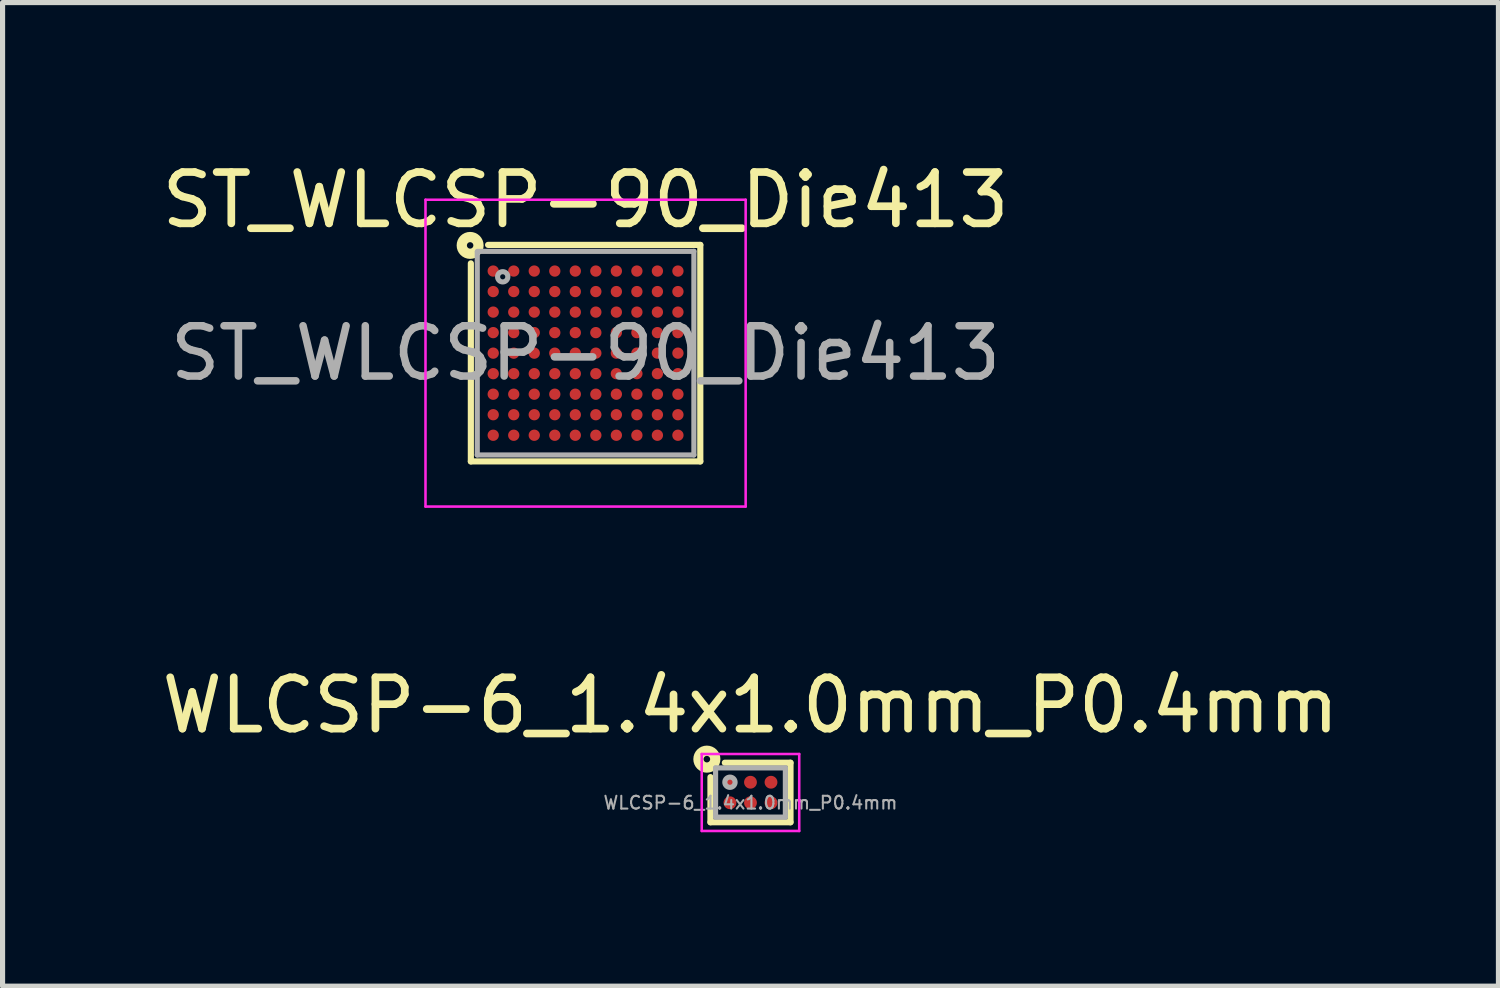
<source format=kicad_pcb>
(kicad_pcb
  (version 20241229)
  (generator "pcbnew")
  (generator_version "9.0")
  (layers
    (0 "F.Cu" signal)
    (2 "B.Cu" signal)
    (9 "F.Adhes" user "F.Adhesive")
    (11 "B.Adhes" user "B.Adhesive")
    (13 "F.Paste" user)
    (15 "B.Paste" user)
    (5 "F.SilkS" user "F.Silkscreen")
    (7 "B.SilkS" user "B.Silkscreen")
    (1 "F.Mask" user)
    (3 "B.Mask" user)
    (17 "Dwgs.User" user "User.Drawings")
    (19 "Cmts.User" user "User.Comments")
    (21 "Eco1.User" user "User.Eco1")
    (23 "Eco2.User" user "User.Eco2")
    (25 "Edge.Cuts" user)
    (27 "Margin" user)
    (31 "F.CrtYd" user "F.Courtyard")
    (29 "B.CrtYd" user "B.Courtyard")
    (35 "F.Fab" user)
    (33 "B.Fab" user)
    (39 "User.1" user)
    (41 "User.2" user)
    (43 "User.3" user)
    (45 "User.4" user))
  (footprint "WLCSP-6_1.4x1.0mm_P0.4mm"
    (layer "F.Cu")
    (at 11.577 12.396)
    (property "Reference" "WLCSP-6_1.4x1.0mm_P0.4mm" (at 0 -1.7 0) (layer "F.SilkS") (effects (font (size 1 1) (thickness 0.15))))
    (attr smd)
    (fp_line (start -0.78 0.58) (end -0.78 -0.3) (stroke (width 0.12) (type solid)) (layer "F.SilkS"))
    (fp_line (start -0.5 -0.58) (end 0.78 -0.58) (stroke (width 0.12) (type solid)) (layer "F.SilkS"))
    (fp_line (start 0.78 -0.58) (end 0.78 0.58) (stroke (width 0.12) (type solid)) (layer "F.SilkS"))
    (fp_line (start 0.78 0.58) (end -0.78 0.58) (stroke (width 0.12) (type solid)) (layer "F.SilkS"))
    (fp_circle (center -0.85 -0.65) (end -0.786 -0.65) (stroke (width 0.2) (type solid)) (fill no) (layer "F.SilkS"))
    (fp_line (start -0.95 -0.75) (end 0.95 -0.75) (stroke (width 0.05) (type solid)) (layer "F.CrtYd"))
    (fp_line (start -0.95 0.75) (end -0.95 -0.75) (stroke (width 0.05) (type solid)) (layer "F.CrtYd"))
    (fp_line (start 0.95 -0.75) (end 0.95 0.75) (stroke (width 0.05) (type solid)) (layer "F.CrtYd"))
    (fp_line (start 0.95 0.75) (end -0.95 0.75) (stroke (width 0.05) (type solid)) (layer "F.CrtYd"))
    (fp_line (start -0.68 -0.48) (end 0.68 -0.48) (stroke (width 0.1) (type solid)) (layer "F.Fab"))
    (fp_line (start -0.68 0.48) (end -0.68 -0.48) (stroke (width 0.1) (type solid)) (layer "F.Fab"))
    (fp_line (start 0.68 -0.48) (end 0.68 0.48) (stroke (width 0.1) (type solid)) (layer "F.Fab"))
    (fp_line (start 0.68 0.48) (end -0.68 0.48) (stroke (width 0.1) (type solid)) (layer "F.Fab"))
    (fp_circle (center -0.4 -0.2) (end -0.3 -0.2) (stroke (width 0.1) (type solid)) (fill no) (layer "F.Fab"))
    (fp_text user "${REFERENCE}" (at 0 0.2 0) (layer "F.Fab") (effects (font (size 0.25 0.25) (thickness 0.04))))
    (pad "A1" smd circle (at -0.4 -0.2 90) (size 0.25 0.25) (layers "F.Cu" "F.Mask" "F.Paste"))
    (pad "A2" smd circle (at -0.4 0.2 90) (size 0.25 0.25) (layers "F.Cu" "F.Mask" "F.Paste"))
    (pad "B1" smd circle (at 0 -0.2 90) (size 0.25 0.25) (layers "F.Cu" "F.Mask" "F.Paste"))
    (pad "B2" smd circle (at 0 0.2 90) (size 0.25 0.25) (layers "F.Cu" "F.Mask" "F.Paste"))
    (pad "C1" smd circle (at 0.4 -0.2 90) (size 0.25 0.25) (layers "F.Cu" "F.Mask" "F.Paste"))
    (pad "C2" smd circle (at 0.4 0.2 90) (size 0.25 0.25) (layers "F.Cu" "F.Mask" "F.Paste")))
  (footprint "ST_WLCSP-90_Die413"
    (layer "F.Cu")
    (at 8.363 3.833)
    (property "Reference" "ST_WLCSP-90_Die413" (at 0 -2.985 0) (layer "F.SilkS") (effects (font (size 1 1) (thickness 0.15))))
    (attr smd)
    (fp_line (start -2.236 2.11) (end -2.236 -1.75) (stroke (width 0.12) (type solid)) (layer "F.SilkS"))
    (fp_line (start -1.9 -2.11) (end 2.236 -2.11) (stroke (width 0.12) (type solid)) (layer "F.SilkS"))
    (fp_line (start 2.236 -2.11) (end 2.236 2.11) (stroke (width 0.12) (type solid)) (layer "F.SilkS"))
    (fp_line (start 2.236 2.11) (end -2.236 2.11) (stroke (width 0.12) (type solid)) (layer "F.SilkS"))
    (fp_circle (center -2.25 -2.1) (end -2.187 -2.1) (stroke (width 0.2) (type solid)) (fill no) (layer "F.SilkS"))
    (fp_line (start -3.12 -2.99) (end -3.12 2.99) (stroke (width 0.05) (type solid)) (layer "F.CrtYd"))
    (fp_line (start -3.12 2.99) (end 3.12 2.99) (stroke (width 0.05) (type solid)) (layer "F.CrtYd"))
    (fp_line (start 3.12 -2.99) (end -3.12 -2.99) (stroke (width 0.05) (type solid)) (layer "F.CrtYd"))
    (fp_line (start 3.12 2.99) (end 3.12 -2.99) (stroke (width 0.05) (type solid)) (layer "F.CrtYd"))
    (fp_line (start -2.111 1.984) (end -2.111 -1.97) (stroke (width 0.1) (type solid)) (layer "F.Fab"))
    (fp_line (start -2.11 -1.984) (end 2.111 -1.984) (stroke (width 0.1) (type solid)) (layer "F.Fab"))
    (fp_line (start 2.111 -1.984) (end 2.111 1.984) (stroke (width 0.1) (type solid)) (layer "F.Fab"))
    (fp_line (start 2.111 1.984) (end -2.111 1.984) (stroke (width 0.1) (type solid)) (layer "F.Fab"))
    (fp_circle (center -1.615 -1.488) (end -1.515 -1.488) (stroke (width 0.1) (type solid)) (fill no) (layer "F.Fab"))
    (fp_text user "${REFERENCE}" (at 0 0 0) (layer "F.Fab") (effects (font (size 0.98 0.98) (thickness 0.147))))
    (pad "A1" smd circle (at -1.8 -1.6) (size 0.22 0.22) (layers "F.Cu" "F.Mask" "F.Paste"))
    (pad "A2" smd circle (at -1.4 -1.6) (size 0.22 0.22) (layers "F.Cu" "F.Mask" "F.Paste"))
    (pad "A3" smd circle (at -1 -1.6) (size 0.22 0.22) (layers "F.Cu" "F.Mask" "F.Paste"))
    (pad "A4" smd circle (at -0.6 -1.6) (size 0.22 0.22) (layers "F.Cu" "F.Mask" "F.Paste"))
    (pad "A5" smd circle (at -0.2 -1.6) (size 0.22 0.22) (layers "F.Cu" "F.Mask" "F.Paste"))
    (pad "A6" smd circle (at 0.2 -1.6) (size 0.22 0.22) (layers "F.Cu" "F.Mask" "F.Paste"))
    (pad "A7" smd circle (at 0.6 -1.6) (size 0.22 0.22) (layers "F.Cu" "F.Mask" "F.Paste"))
    (pad "A8" smd circle (at 1 -1.6) (size 0.22 0.22) (layers "F.Cu" "F.Mask" "F.Paste"))
    (pad "A9" smd circle (at 1.4 -1.6) (size 0.22 0.22) (layers "F.Cu" "F.Mask" "F.Paste"))
    (pad "A10" smd circle (at 1.8 -1.6) (size 0.22 0.22) (layers "F.Cu" "F.Mask" "F.Paste"))
    (pad "B1" smd circle (at -1.8 -1.2) (size 0.22 0.22) (layers "F.Cu" "F.Mask" "F.Paste"))
    (pad "B2" smd circle (at -1.4 -1.2) (size 0.22 0.22) (layers "F.Cu" "F.Mask" "F.Paste"))
    (pad "B3" smd circle (at -1 -1.2) (size 0.22 0.22) (layers "F.Cu" "F.Mask" "F.Paste"))
    (pad "B4" smd circle (at -0.6 -1.2) (size 0.22 0.22) (layers "F.Cu" "F.Mask" "F.Paste"))
    (pad "B5" smd circle (at -0.2 -1.2) (size 0.22 0.22) (layers "F.Cu" "F.Mask" "F.Paste"))
    (pad "B6" smd circle (at 0.2 -1.2) (size 0.22 0.22) (layers "F.Cu" "F.Mask" "F.Paste"))
    (pad "B7" smd circle (at 0.6 -1.2) (size 0.22 0.22) (layers "F.Cu" "F.Mask" "F.Paste"))
    (pad "B8" smd circle (at 1 -1.2) (size 0.22 0.22) (layers "F.Cu" "F.Mask" "F.Paste"))
    (pad "B9" smd circle (at 1.4 -1.2) (size 0.22 0.22) (layers "F.Cu" "F.Mask" "F.Paste"))
    (pad "B10" smd circle (at 1.8 -1.2) (size 0.22 0.22) (layers "F.Cu" "F.Mask" "F.Paste"))
    (pad "C1" smd circle (at -1.8 -0.8) (size 0.22 0.22) (layers "F.Cu" "F.Mask" "F.Paste"))
    (pad "C2" smd circle (at -1.4 -0.8) (size 0.22 0.22) (layers "F.Cu" "F.Mask" "F.Paste"))
    (pad "C3" smd circle (at -1 -0.8) (size 0.22 0.22) (layers "F.Cu" "F.Mask" "F.Paste"))
    (pad "C4" smd circle (at -0.6 -0.8) (size 0.22 0.22) (layers "F.Cu" "F.Mask" "F.Paste"))
    (pad "C5" smd circle (at -0.2 -0.8) (size 0.22 0.22) (layers "F.Cu" "F.Mask" "F.Paste"))
    (pad "C6" smd circle (at 0.2 -0.8) (size 0.22 0.22) (layers "F.Cu" "F.Mask" "F.Paste"))
    (pad "C7" smd circle (at 0.6 -0.8) (size 0.22 0.22) (layers "F.Cu" "F.Mask" "F.Paste"))
    (pad "C8" smd circle (at 1 -0.8) (size 0.22 0.22) (layers "F.Cu" "F.Mask" "F.Paste"))
    (pad "C9" smd circle (at 1.4 -0.8) (size 0.22 0.22) (layers "F.Cu" "F.Mask" "F.Paste"))
    (pad "C10" smd circle (at 1.8 -0.8) (size 0.22 0.22) (layers "F.Cu" "F.Mask" "F.Paste"))
    (pad "D1" smd circle (at -1.8 -0.4) (size 0.22 0.22) (layers "F.Cu" "F.Mask" "F.Paste"))
    (pad "D2" smd circle (at -1.4 -0.4) (size 0.22 0.22) (layers "F.Cu" "F.Mask" "F.Paste"))
    (pad "D3" smd circle (at -1 -0.4) (size 0.22 0.22) (layers "F.Cu" "F.Mask" "F.Paste"))
    (pad "D4" smd circle (at -0.6 -0.4) (size 0.22 0.22) (layers "F.Cu" "F.Mask" "F.Paste"))
    (pad "D5" smd circle (at -0.2 -0.4) (size 0.22 0.22) (layers "F.Cu" "F.Mask" "F.Paste"))
    (pad "D6" smd circle (at 0.2 -0.4) (size 0.22 0.22) (layers "F.Cu" "F.Mask" "F.Paste"))
    (pad "D7" smd circle (at 0.6 -0.4) (size 0.22 0.22) (layers "F.Cu" "F.Mask" "F.Paste"))
    (pad "D8" smd circle (at 1 -0.4) (size 0.22 0.22) (layers "F.Cu" "F.Mask" "F.Paste"))
    (pad "D9" smd circle (at 1.4 -0.4) (size 0.22 0.22) (layers "F.Cu" "F.Mask" "F.Paste"))
    (pad "D10" smd circle (at 1.8 -0.4) (size 0.22 0.22) (layers "F.Cu" "F.Mask" "F.Paste"))
    (pad "E1" smd circle (at -1.8 0) (size 0.22 0.22) (layers "F.Cu" "F.Mask" "F.Paste"))
    (pad "E2" smd circle (at -1.4 0) (size 0.22 0.22) (layers "F.Cu" "F.Mask" "F.Paste"))
    (pad "E3" smd circle (at -1 0) (size 0.22 0.22) (layers "F.Cu" "F.Mask" "F.Paste"))
    (pad "E4" smd circle (at -0.6 0) (size 0.22 0.22) (layers "F.Cu" "F.Mask" "F.Paste"))
    (pad "E5" smd circle (at -0.2 0) (size 0.22 0.22) (layers "F.Cu" "F.Mask" "F.Paste"))
    (pad "E6" smd circle (at 0.2 0) (size 0.22 0.22) (layers "F.Cu" "F.Mask" "F.Paste"))
    (pad "E7" smd circle (at 0.6 0) (size 0.22 0.22) (layers "F.Cu" "F.Mask" "F.Paste"))
    (pad "E8" smd circle (at 1 0) (size 0.22 0.22) (layers "F.Cu" "F.Mask" "F.Paste"))
    (pad "E9" smd circle (at 1.4 0) (size 0.22 0.22) (layers "F.Cu" "F.Mask" "F.Paste"))
    (pad "E10" smd circle (at 1.8 0) (size 0.22 0.22) (layers "F.Cu" "F.Mask" "F.Paste"))
    (pad "F1" smd circle (at -1.8 0.4) (size 0.22 0.22) (layers "F.Cu" "F.Mask" "F.Paste"))
    (pad "F2" smd circle (at -1.4 0.4) (size 0.22 0.22) (layers "F.Cu" "F.Mask" "F.Paste"))
    (pad "F3" smd circle (at -1 0.4) (size 0.22 0.22) (layers "F.Cu" "F.Mask" "F.Paste"))
    (pad "F4" smd circle (at -0.6 0.4) (size 0.22 0.22) (layers "F.Cu" "F.Mask" "F.Paste"))
    (pad "F5" smd circle (at -0.2 0.4) (size 0.22 0.22) (layers "F.Cu" "F.Mask" "F.Paste"))
    (pad "F6" smd circle (at 0.2 0.4) (size 0.22 0.22) (layers "F.Cu" "F.Mask" "F.Paste"))
    (pad "F7" smd circle (at 0.6 0.4) (size 0.22 0.22) (layers "F.Cu" "F.Mask" "F.Paste"))
    (pad "F8" smd circle (at 1 0.4) (size 0.22 0.22) (layers "F.Cu" "F.Mask" "F.Paste"))
    (pad "F9" smd circle (at 1.4 0.4) (size 0.22 0.22) (layers "F.Cu" "F.Mask" "F.Paste"))
    (pad "F10" smd circle (at 1.8 0.4) (size 0.22 0.22) (layers "F.Cu" "F.Mask" "F.Paste"))
    (pad "G1" smd circle (at -1.8 0.8) (size 0.22 0.22) (layers "F.Cu" "F.Mask" "F.Paste"))
    (pad "G2" smd circle (at -1.4 0.8) (size 0.22 0.22) (layers "F.Cu" "F.Mask" "F.Paste"))
    (pad "G3" smd circle (at -1 0.8) (size 0.22 0.22) (layers "F.Cu" "F.Mask" "F.Paste"))
    (pad "G4" smd circle (at -0.6 0.8) (size 0.22 0.22) (layers "F.Cu" "F.Mask" "F.Paste"))
    (pad "G5" smd circle (at -0.2 0.8) (size 0.22 0.22) (layers "F.Cu" "F.Mask" "F.Paste"))
    (pad "G6" smd circle (at 0.2 0.8) (size 0.22 0.22) (layers "F.Cu" "F.Mask" "F.Paste"))
    (pad "G7" smd circle (at 0.6 0.8) (size 0.22 0.22) (layers "F.Cu" "F.Mask" "F.Paste"))
    (pad "G8" smd circle (at 1 0.8) (size 0.22 0.22) (layers "F.Cu" "F.Mask" "F.Paste"))
    (pad "G9" smd circle (at 1.4 0.8) (size 0.22 0.22) (layers "F.Cu" "F.Mask" "F.Paste"))
    (pad "G10" smd circle (at 1.8 0.8) (size 0.22 0.22) (layers "F.Cu" "F.Mask" "F.Paste"))
    (pad "H1" smd circle (at -1.8 1.2) (size 0.22 0.22) (layers "F.Cu" "F.Mask" "F.Paste"))
    (pad "H2" smd circle (at -1.4 1.2) (size 0.22 0.22) (layers "F.Cu" "F.Mask" "F.Paste"))
    (pad "H3" smd circle (at -1 1.2) (size 0.22 0.22) (layers "F.Cu" "F.Mask" "F.Paste"))
    (pad "H4" smd circle (at -0.6 1.2) (size 0.22 0.22) (layers "F.Cu" "F.Mask" "F.Paste"))
    (pad "H5" smd circle (at -0.2 1.2) (size 0.22 0.22) (layers "F.Cu" "F.Mask" "F.Paste"))
    (pad "H6" smd circle (at 0.2 1.2) (size 0.22 0.22) (layers "F.Cu" "F.Mask" "F.Paste"))
    (pad "H7" smd circle (at 0.6 1.2) (size 0.22 0.22) (layers "F.Cu" "F.Mask" "F.Paste"))
    (pad "H8" smd circle (at 1 1.2) (size 0.22 0.22) (layers "F.Cu" "F.Mask" "F.Paste"))
    (pad "H9" smd circle (at 1.4 1.2) (size 0.22 0.22) (layers "F.Cu" "F.Mask" "F.Paste"))
    (pad "H10" smd circle (at 1.8 1.2) (size 0.22 0.22) (layers "F.Cu" "F.Mask" "F.Paste"))
    (pad "J1" smd circle (at -1.8 1.6) (size 0.22 0.22) (layers "F.Cu" "F.Mask" "F.Paste"))
    (pad "J2" smd circle (at -1.4 1.6) (size 0.22 0.22) (layers "F.Cu" "F.Mask" "F.Paste"))
    (pad "J3" smd circle (at -1 1.6) (size 0.22 0.22) (layers "F.Cu" "F.Mask" "F.Paste"))
    (pad "J4" smd circle (at -0.6 1.6) (size 0.22 0.22) (layers "F.Cu" "F.Mask" "F.Paste"))
    (pad "J5" smd circle (at -0.2 1.6) (size 0.22 0.22) (layers "F.Cu" "F.Mask" "F.Paste"))
    (pad "J6" smd circle (at 0.2 1.6) (size 0.22 0.22) (layers "F.Cu" "F.Mask" "F.Paste"))
    (pad "J7" smd circle (at 0.6 1.6) (size 0.22 0.22) (layers "F.Cu" "F.Mask" "F.Paste"))
    (pad "J8" smd circle (at 1 1.6) (size 0.22 0.22) (layers "F.Cu" "F.Mask" "F.Paste"))
    (pad "J9" smd circle (at 1.4 1.6) (size 0.22 0.22) (layers "F.Cu" "F.Mask" "F.Paste"))
    (pad "J10" smd circle (at 1.8 1.6) (size 0.22 0.22) (layers "F.Cu" "F.Mask" "F.Paste")))
  (gr_rect
    (start -3 -3)
    (end 26.155 16.171)
    (stroke (width 0.1) (type default))
    (fill no)
    (layer "Edge.Cuts")))
</source>
